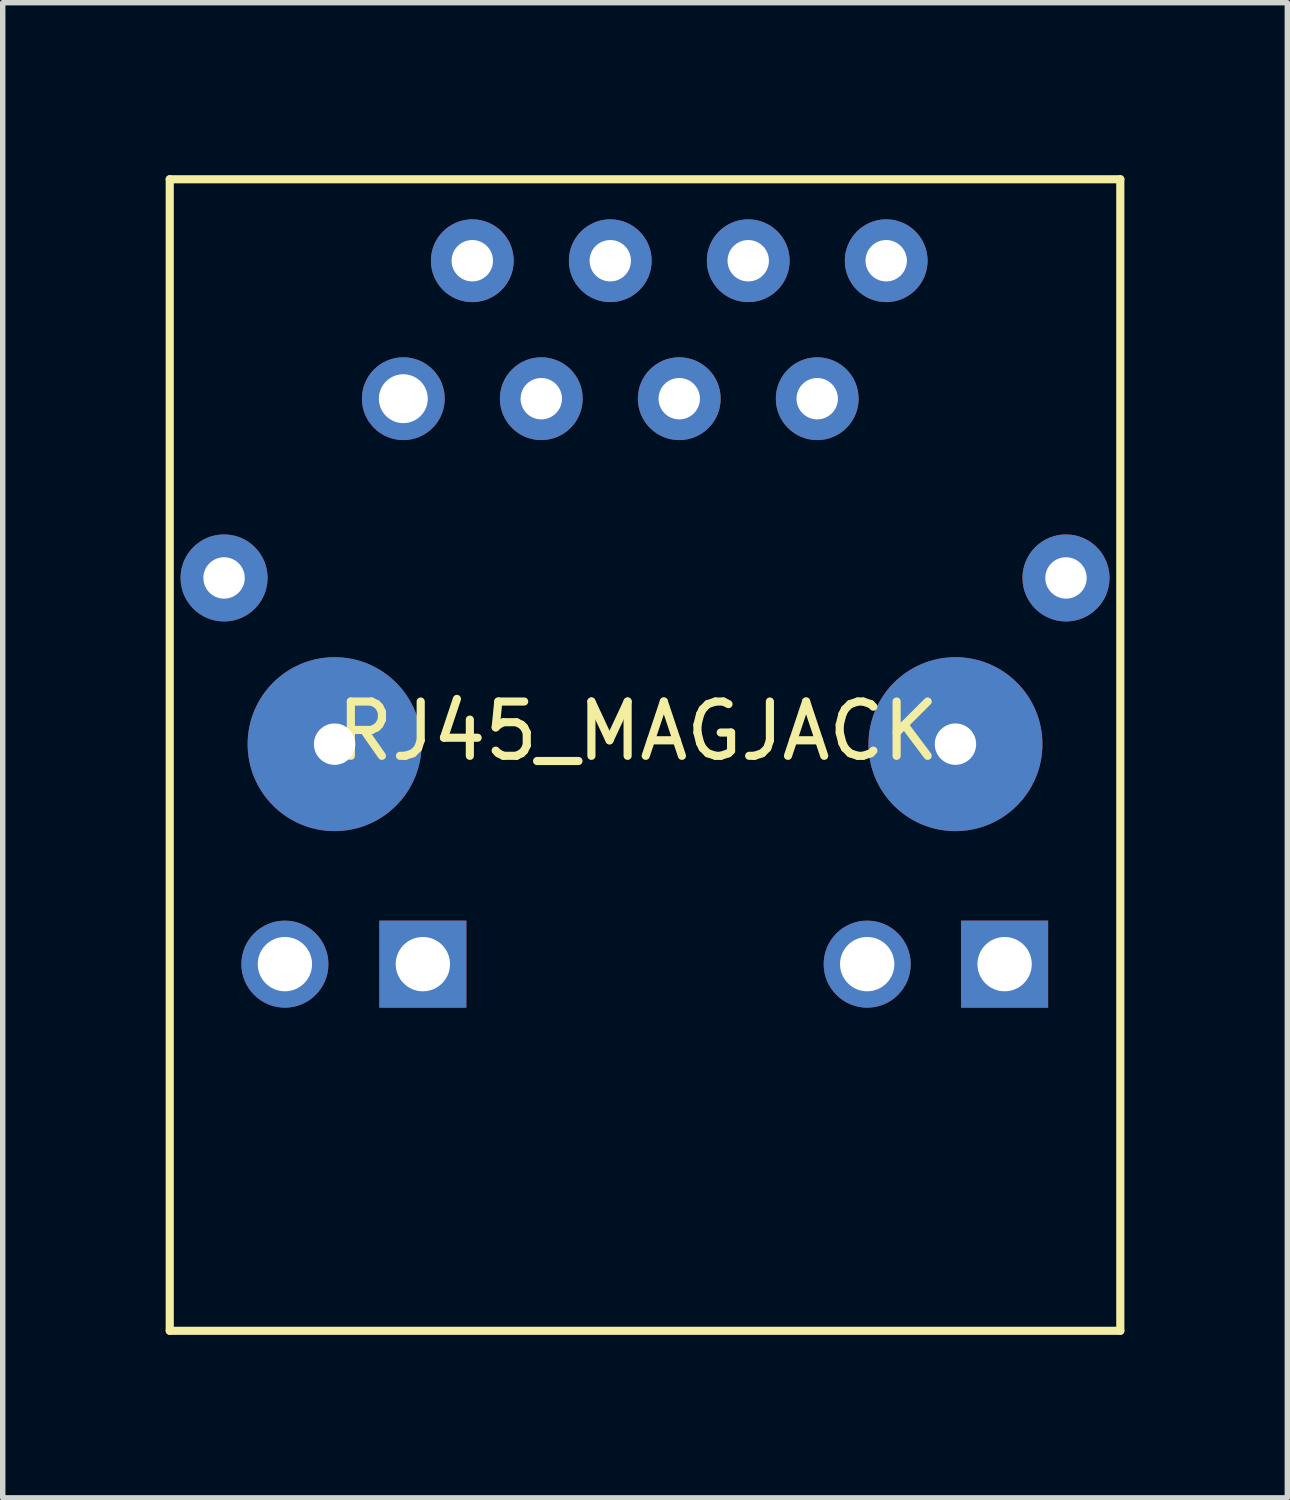
<source format=kicad_pcb>
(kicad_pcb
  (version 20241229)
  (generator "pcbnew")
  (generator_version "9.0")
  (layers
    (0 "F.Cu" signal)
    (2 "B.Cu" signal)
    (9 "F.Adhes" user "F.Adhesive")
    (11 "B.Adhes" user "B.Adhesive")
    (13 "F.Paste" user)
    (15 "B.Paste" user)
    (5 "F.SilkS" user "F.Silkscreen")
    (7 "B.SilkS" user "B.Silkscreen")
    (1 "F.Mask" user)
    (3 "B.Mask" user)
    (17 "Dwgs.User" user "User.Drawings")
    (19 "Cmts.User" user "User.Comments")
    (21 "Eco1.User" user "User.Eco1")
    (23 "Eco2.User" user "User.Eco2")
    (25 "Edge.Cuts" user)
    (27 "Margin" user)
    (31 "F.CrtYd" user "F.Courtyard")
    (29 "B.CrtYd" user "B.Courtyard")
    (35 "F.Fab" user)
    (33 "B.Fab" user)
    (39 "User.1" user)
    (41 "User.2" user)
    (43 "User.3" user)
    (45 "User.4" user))
  (footprint "RJ45_MAGJACK"
    (layer "F.Cu")
    (at 1.075 0.25)
    (property "Reference" "RJ45_MAGJACK" (at 7.62 10.16 0) (layer "F.SilkS") (effects (font (size 1 1) (thickness 0.15))))
    (attr through_hole)
    (fp_line (start -1 0) (end -1 21.2) (stroke (width 0.15) (type solid)) (layer "F.SilkS"))
    (fp_line (start -1 21.2) (end 16.5 21.2) (stroke (width 0.15) (type solid)) (layer "F.SilkS"))
    (fp_line (start 16.5 0) (end -1 0) (stroke (width 0.15) (type solid)) (layer "F.SilkS"))
    (fp_line (start 16.5 21.2) (end 16.5 0) (stroke (width 0.15) (type solid)) (layer "F.SilkS"))
    (pad "" np_thru_hole circle (at 2.035 10.4) (size 3.202 3.202) (drill 0.762) (layers "*.Cu" "*.Mask"))
    (pad "" np_thru_hole circle (at 13.465 10.4) (size 3.202 3.202) (drill 0.762) (layers "*.Cu" "*.Mask"))
    (pad "1" thru_hole circle (at 3.3 4.04) (size 1.524 1.524) (drill 0.9) (layers "*.Cu" "*.Mask"))
    (pad "2" thru_hole circle (at 4.57 1.5) (size 1.524 1.524) (drill 0.762) (layers "*.Cu" "*.Mask"))
    (pad "3" thru_hole circle (at 5.84 4.04) (size 1.524 1.524) (drill 0.762) (layers "*.Cu" "*.Mask"))
    (pad "4" thru_hole circle (at 7.11 1.5) (size 1.524 1.524) (drill 0.762) (layers "*.Cu" "*.Mask"))
    (pad "5" thru_hole circle (at 8.38 4.04) (size 1.524 1.524) (drill 0.762) (layers "*.Cu" "*.Mask"))
    (pad "6" thru_hole circle (at 9.65 1.5) (size 1.524 1.524) (drill 0.762) (layers "*.Cu" "*.Mask"))
    (pad "7" thru_hole circle (at 10.92 4.04) (size 1.524 1.524) (drill 0.762) (layers "*.Cu" "*.Mask"))
    (pad "8" thru_hole circle (at 12.19 1.5) (size 1.524 1.524) (drill 0.762) (layers "*.Cu" "*.Mask"))
    (pad "9" thru_hole circle (at 1.12 14.45) (size 1.602 1.602) (drill 1) (layers "*.Cu" "*.Mask"))
    (pad "10" thru_hole rect (at 3.66 14.45) (size 1.602 1.602) (drill 1) (layers "*.Cu" "*.Mask"))
    (pad "11" thru_hole circle (at 11.84 14.45) (size 1.602 1.602) (drill 1) (layers "*.Cu" "*.Mask"))
    (pad "12" thru_hole rect (at 14.37 14.45) (size 1.602 1.602) (drill 1) (layers "*.Cu" "*.Mask"))
    (pad "13" thru_hole circle (at 0 7.34) (size 1.602 1.602) (drill 0.762) (layers "*.Cu" "*.Mask"))
    (pad "13" thru_hole circle (at 15.5 7.34) (size 1.602 1.602) (drill 0.762) (layers "*.Cu" "*.Mask")))
  (gr_rect
    (start -3 -3)
    (end 20.65 24.525)
    (stroke (width 0.1) (type default))
    (fill no)
    (layer "Edge.Cuts")))
</source>
